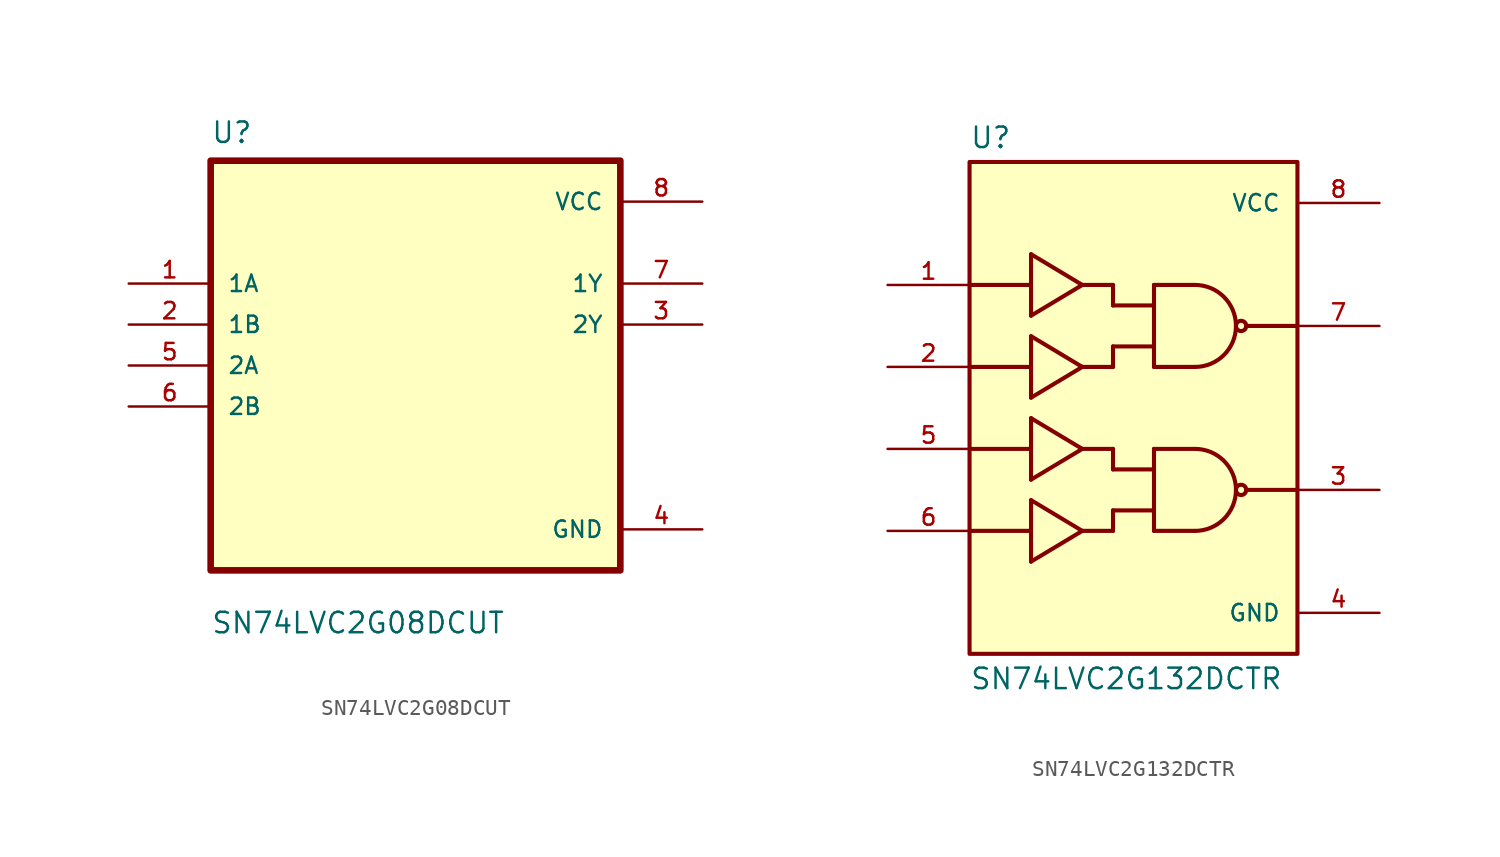
<source format=kicad_sym>
(kicad_symbol_lib
  (version 20241209)
  (generator "kicad_symbol_editor")
  (generator_version "9.0")
  (symbol "SN74LVC2G08DCUT"
    (pin_names
      (offset 1.016))
    (property "Reference" "U"
      (at -12.7 13.7 0)
      (effects (font (size 1.27 1.27)) (justify left bottom)))
    (property "Value" "SN74LVC2G08DCUT"
      (at -12.7 -16.7 0)
      (effects (font (size 1.27 1.27)) (justify left bottom)))
    (symbol "SN74LVC2G08DCUT_0_0"
      (rectangle (start -12.7 -12.7) (end 12.7 12.7) (stroke (width 0.41) (type default)) (fill (type background)))
      (pin input line (at -17.78 5.08 0) (length 5.08) (name "1A" (effects (font (size 1.016 1.016)))) (number "1" (effects (font (size 1.016 1.016)))))
      (pin input line (at -17.78 2.54 0) (length 5.08) (name "1B" (effects (font (size 1.016 1.016)))) (number "2" (effects (font (size 1.016 1.016)))))
      (pin input line (at -17.78 0 0) (length 5.08) (name "2A" (effects (font (size 1.016 1.016)))) (number "5" (effects (font (size 1.016 1.016)))))
      (pin input line (at -17.78 -2.54 0) (length 5.08) (name "2B" (effects (font (size 1.016 1.016)))) (number "6" (effects (font (size 1.016 1.016)))))
      (pin power_in line (at 17.78 10.16 180) (length 5.08) (name "VCC" (effects (font (size 1.016 1.016)))) (number "8" (effects (font (size 1.016 1.016)))))
      (pin output line (at 17.78 5.08 180) (length 5.08) (name "1Y" (effects (font (size 1.016 1.016)))) (number "7" (effects (font (size 1.016 1.016)))))
      (pin output line (at 17.78 2.54 180) (length 5.08) (name "2Y" (effects (font (size 1.016 1.016)))) (number "3" (effects (font (size 1.016 1.016)))))
      (pin power_in line (at 17.78 -10.16 180) (length 5.08) (name "GND" (effects (font (size 1.016 1.016)))) (number "4" (effects (font (size 1.016 1.016)))))))
  (symbol "SN74LVC2G132DCTR"
    (pin_names
      (offset 1.016))
    (property "Reference" "U"
      (at -10.16 16.002 0)
      (effects (font (size 1.27 1.27)) (justify left bottom)))
    (property "Value" "SN74LVC2G132DCTR"
      (at -10.16 -17.526 0)
      (effects (font (size 1.27 1.27)) (justify left bottom)))
    (symbol "SN74LVC2G132DCTR_0_0"
      (polyline (pts (xy -10.16 7.62) (xy -6.35 7.62)) (stroke (width 0.254) (type default)) (fill (type none)))
      (polyline (pts (xy -10.16 2.54) (xy -6.35 2.54)) (stroke (width 0.254) (type default)) (fill (type none)))
      (polyline (pts (xy -10.16 -2.54) (xy -6.35 -2.54)) (stroke (width 0.254) (type default)) (fill (type none)))
      (polyline (pts (xy -10.16 -7.62) (xy -6.35 -7.62)) (stroke (width 0.254) (type default)) (fill (type none)))
      (rectangle (start -10.16 -15.24) (end 10.16 15.24) (stroke (width 0.254) (type default)) (fill (type background)))
      (polyline (pts (xy -6.35 9.525) (xy -6.35 5.715)) (stroke (width 0.254) (type default)) (fill (type none)))
      (polyline (pts (xy -6.35 5.715) (xy -3.175 7.62)) (stroke (width 0.254) (type default)) (fill (type none)))
      (polyline (pts (xy -6.35 4.445) (xy -6.35 0.635)) (stroke (width 0.254) (type default)) (fill (type none)))
      (polyline (pts (xy -6.35 0.635) (xy -3.175 2.54)) (stroke (width 0.254) (type default)) (fill (type none)))
      (polyline (pts (xy -6.35 -0.635) (xy -6.35 -4.445)) (stroke (width 0.254) (type default)) (fill (type none)))
      (polyline (pts (xy -6.35 -4.445) (xy -3.175 -2.54)) (stroke (width 0.254) (type default)) (fill (type none)))
      (polyline (pts (xy -6.35 -5.715) (xy -6.35 -9.525)) (stroke (width 0.254) (type default)) (fill (type none)))
      (polyline (pts (xy -6.35 -9.525) (xy -3.175 -7.62)) (stroke (width 0.254) (type default)) (fill (type none)))
      (polyline (pts (xy -3.175 7.62) (xy -6.35 9.525)) (stroke (width 0.254) (type default)) (fill (type none)))
      (polyline (pts (xy -3.175 7.62) (xy -1.27 7.62)) (stroke (width 0.254) (type default)) (fill (type none)))
      (polyline (pts (xy -3.175 2.54) (xy -6.35 4.445)) (stroke (width 0.254) (type default)) (fill (type none)))
      (polyline (pts (xy -3.175 2.54) (xy -1.27 2.54)) (stroke (width 0.254) (type default)) (fill (type none)))
      (polyline (pts (xy -3.175 -2.54) (xy -6.35 -0.635)) (stroke (width 0.254) (type default)) (fill (type none)))
      (polyline (pts (xy -3.175 -2.54) (xy -1.27 -2.54)) (stroke (width 0.254) (type default)) (fill (type none)))
      (polyline (pts (xy -3.175 -7.62) (xy -6.35 -5.715)) (stroke (width 0.254) (type default)) (fill (type none)))
      (polyline (pts (xy -3.175 -7.62) (xy -1.27 -7.62)) (stroke (width 0.254) (type default)) (fill (type none)))
      (polyline (pts (xy -1.27 7.62) (xy -1.27 6.35)) (stroke (width 0.254) (type default)) (fill (type none)))
      (polyline (pts (xy -1.27 6.35) (xy 1.27 6.35)) (stroke (width 0.254) (type default)) (fill (type none)))
      (polyline (pts (xy -1.27 3.81) (xy 1.27 3.81)) (stroke (width 0.254) (type default)) (fill (type none)))
      (polyline (pts (xy -1.27 2.54) (xy -1.27 3.81)) (stroke (width 0.254) (type default)) (fill (type none)))
      (polyline (pts (xy -1.27 -2.54) (xy -1.27 -3.81)) (stroke (width 0.254) (type default)) (fill (type none)))
      (polyline (pts (xy -1.27 -3.81) (xy 1.27 -3.81)) (stroke (width 0.254) (type default)) (fill (type none)))
      (polyline (pts (xy -1.27 -6.35) (xy 1.27 -6.35)) (stroke (width 0.254) (type default)) (fill (type none)))
      (polyline (pts (xy -1.27 -7.62) (xy -1.27 -6.35)) (stroke (width 0.254) (type default)) (fill (type none)))
      (polyline (pts (xy 1.27 7.62) (xy 1.27 6.35)) (stroke (width 0.254) (type default)) (fill (type none)))
      (polyline (pts (xy 1.27 6.35) (xy 1.27 3.81)) (stroke (width 0.254) (type default)) (fill (type none)))
      (polyline (pts (xy 1.27 3.81) (xy 1.27 2.54)) (stroke (width 0.254) (type default)) (fill (type none)))
      (polyline (pts (xy 1.27 2.54) (xy 3.81 2.54)) (stroke (width 0.254) (type default)) (fill (type none)))
      (polyline (pts (xy 1.27 -2.54) (xy 1.27 -3.81)) (stroke (width 0.254) (type default)) (fill (type none)))
      (polyline (pts (xy 1.27 -3.81) (xy 1.27 -6.35)) (stroke (width 0.254) (type default)) (fill (type none)))
      (polyline (pts (xy 1.27 -6.35) (xy 1.27 -7.62)) (stroke (width 0.254) (type default)) (fill (type none)))
      (polyline (pts (xy 1.27 -7.62) (xy 3.81 -7.62)) (stroke (width 0.254) (type default)) (fill (type none)))
      (polyline (pts (xy 3.81 7.62) (xy 1.27 7.62)) (stroke (width 0.254) (type default)) (fill (type none)))
      (arc (start 3.81 7.62) (mid 5.6061 6.8761) (end 6.35 5.08) (stroke (width 0.254) (type default)) (fill (type none)))
      (arc (start 6.35 5.08) (mid 5.6061 3.2839) (end 3.81 2.54) (stroke (width 0.254) (type default)) (fill (type none)))
      (polyline (pts (xy 3.81 -2.54) (xy 1.27 -2.54)) (stroke (width 0.254) (type default)) (fill (type none)))
      (arc (start 3.81 -2.54) (mid 5.6061 -3.2839) (end 6.35 -5.08) (stroke (width 0.254) (type default)) (fill (type none)))
      (arc (start 6.35 -5.08) (mid 5.6061 -6.8761) (end 3.81 -7.62) (stroke (width 0.254) (type default)) (fill (type none)))
      (circle (center 6.668 5.08) (radius 0.318) (stroke (width 0.254) (type default)) (fill (type none)))
      (circle (center 6.668 -5.08) (radius 0.318) (stroke (width 0.254) (type default)) (fill (type none)))
      (polyline (pts (xy 6.985 5.08) (xy 10.16 5.08)) (stroke (width 0.254) (type default)) (fill (type none)))
      (polyline (pts (xy 6.985 -5.08) (xy 10.16 -5.08)) (stroke (width 0.254) (type default)) (fill (type none)))
      (pin input line (at -15.24 7.62 0) (length 5.08) (name "~" (effects (font (size 1.016 1.016)))) (number "1" (effects (font (size 1.016 1.016)))))
      (pin input line (at -15.24 2.54 0) (length 5.08) (name "~" (effects (font (size 1.016 1.016)))) (number "2" (effects (font (size 1.016 1.016)))))
      (pin input line (at -15.24 -2.54 0) (length 5.08) (name "~" (effects (font (size 1.016 1.016)))) (number "5" (effects (font (size 1.016 1.016)))))
      (pin input line (at -15.24 -7.62 0) (length 5.08) (name "~" (effects (font (size 1.016 1.016)))) (number "6" (effects (font (size 1.016 1.016)))))
      (pin power_in line (at 15.24 12.7 180) (length 5.08) (name "VCC" (effects (font (size 1.016 1.016)))) (number "8" (effects (font (size 1.016 1.016)))))
      (pin output line (at 15.24 5.08 180) (length 5.08) (name "~" (effects (font (size 1.016 1.016)))) (number "7" (effects (font (size 1.016 1.016)))))
      (pin output line (at 15.24 -5.08 180) (length 5.08) (name "~" (effects (font (size 1.016 1.016)))) (number "3" (effects (font (size 1.016 1.016)))))
      (pin power_in line (at 15.24 -12.7 180) (length 5.08) (name "GND" (effects (font (size 1.016 1.016)))) (number "4" (effects (font (size 1.016 1.016))))))))
</source>
